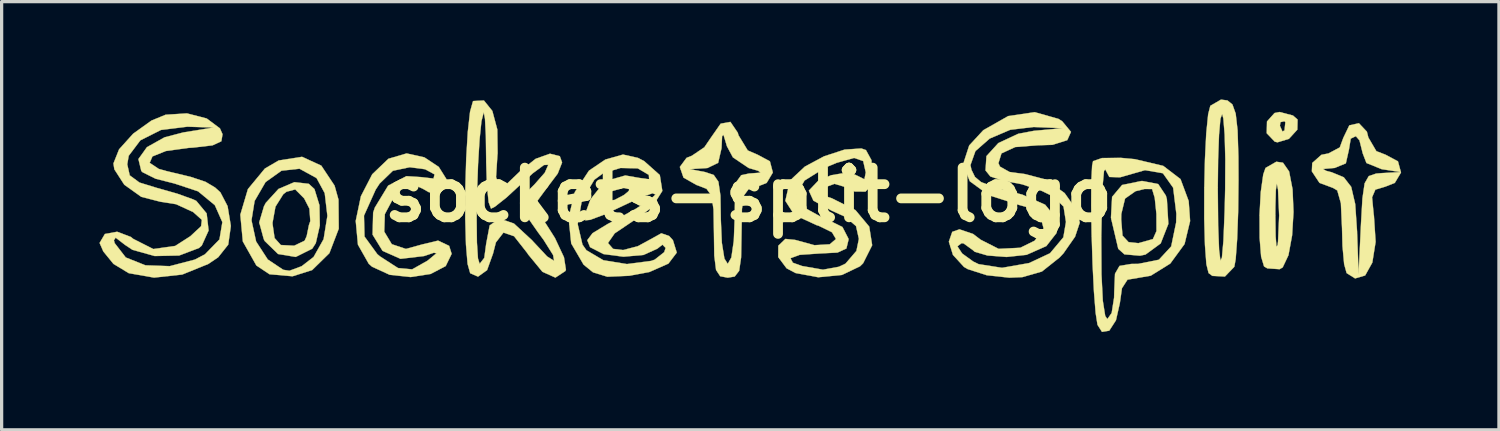
<source format=kicad_pcb>
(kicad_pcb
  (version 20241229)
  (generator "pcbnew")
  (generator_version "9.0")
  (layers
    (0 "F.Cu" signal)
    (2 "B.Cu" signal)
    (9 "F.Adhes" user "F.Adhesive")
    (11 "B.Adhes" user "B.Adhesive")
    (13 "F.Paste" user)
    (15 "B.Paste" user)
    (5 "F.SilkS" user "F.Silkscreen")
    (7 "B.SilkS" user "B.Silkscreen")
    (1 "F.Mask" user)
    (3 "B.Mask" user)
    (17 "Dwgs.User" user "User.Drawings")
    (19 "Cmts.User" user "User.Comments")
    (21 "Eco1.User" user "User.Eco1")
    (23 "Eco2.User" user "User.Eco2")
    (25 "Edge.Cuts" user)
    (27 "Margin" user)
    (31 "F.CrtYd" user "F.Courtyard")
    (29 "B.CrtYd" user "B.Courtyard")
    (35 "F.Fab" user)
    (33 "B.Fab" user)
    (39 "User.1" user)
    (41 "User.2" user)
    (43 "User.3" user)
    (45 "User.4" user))
  (footprint "sockets-split-logo"
    (layer "F.Cu")
    (at 19.902 2.925)
    (property "Reference" "sockets-split-logo" (at 0 0 0) (layer "F.SilkS") (effects (font (size 1.524 1.524) (thickness 0.3))))
    (attr through_hole)
    (fp_poly (pts (xy 16.698 -2.433) (xy 16.84 -2.308) (xy 16.832 -1.999) (xy 16.574 -1.717) (xy 16.224 -1.611) (xy 16.14 -1.631) (xy 15.893 -1.89) (xy 15.899 -2.117) (xy 16.298 -2.117) (xy 16.376 -1.942) (xy 16.439 -1.976) (xy 16.465 -2.227) (xy 16.439 -2.258) (xy 16.314 -2.229) (xy 16.298 -2.117) (xy 15.899 -2.117) (xy 15.902 -2.25) (xy 16.133 -2.509) (xy 16.286 -2.54) (xy 16.698 -2.433)) (stroke (width 0.01) (type solid)) (fill yes) (layer "F.SilkS"))
    (fp_poly (pts (xy 12.565 -0.331) (xy 12.801 0.024) (xy 12.832 0.136) (xy 12.877 0.891) (xy 12.642 1.49) (xy 12.176 1.831) (xy 12.007 1.866) (xy 11.53 1.825) (xy 11.341 1.655) (xy 11.129 0.755) (xy 11.43 0.755) (xy 11.471 1.25) (xy 11.656 1.45) (xy 11.959 1.482) (xy 12.403 1.357) (xy 12.513 1.111) (xy 12.511 0.586) (xy 12.459 0.09) (xy 12.378 -0.178) (xy 12.148 -0.18) (xy 11.869 -0.111) (xy 11.549 0.114) (xy 11.434 0.588) (xy 11.43 0.755) (xy 11.129 0.755) (xy 11.117 0.703) (xy 11.152 0.062) (xy 11.458 -0.302) (xy 12.047 -0.423) (xy 12.087 -0.423) (xy 12.565 -0.331)) (stroke (width 0.01) (type solid)) (fill yes) (layer "F.SilkS"))
    (fp_poly (pts (xy 16.392 -0.986) (xy 16.58 -0.717) (xy 16.686 -0.17) (xy 16.715 0.526) (xy 16.672 1.242) (xy 16.56 1.851) (xy 16.383 2.225) (xy 16.288 2.28) (xy 15.912 2.254) (xy 15.812 2.195) (xy 15.722 1.895) (xy 15.676 1.319) (xy 15.674 0.635) (xy 16.158 0.635) (xy 16.167 1.271) (xy 16.192 1.588) (xy 16.227 1.541) (xy 16.241 1.429) (xy 16.275 0.634) (xy 16.241 -0.159) (xy 16.203 -0.345) (xy 16.174 -0.152) (xy 16.159 0.376) (xy 16.158 0.635) (xy 15.674 0.635) (xy 15.673 0.611) (xy 15.711 -0.086) (xy 15.787 -0.625) (xy 15.857 -0.825) (xy 16.188 -1.015) (xy 16.392 -0.986)) (stroke (width 0.01) (type solid)) (fill yes) (layer "F.SilkS"))
    (fp_poly (pts (xy -13.484 -0.338) (xy -13.309 -0.177) (xy -13.156 0.318) (xy -13.145 0.942) (xy -13.268 1.481) (xy -13.377 1.651) (xy -13.884 1.904) (xy -14.424 1.815) (xy -14.835 1.415) (xy -14.864 1.356) (xy -14.996 0.871) (xy -14.597 0.871) (xy -14.531 1.326) (xy -14.34 1.539) (xy -13.931 1.56) (xy -13.61 1.406) (xy -13.547 1.265) (xy -13.478 0.926) (xy -13.436 0.805) (xy -13.463 0.424) (xy -13.625 0.108) (xy -13.898 -0.166) (xy -14.167 -0.095) (xy -14.265 -0.019) (xy -14.505 0.363) (xy -14.597 0.871) (xy -14.996 0.871) (xy -15.003 0.846) (xy -14.857 0.352) (xy -14.8 0.245) (xy -14.411 -0.181) (xy -13.924 -0.389) (xy -13.484 -0.338)) (stroke (width 0.01) (type solid)) (fill yes) (layer "F.SilkS"))
    (fp_poly (pts (xy -13.1 -0.896) (xy -12.692 -0.282) (xy -12.572 0.147) (xy -12.564 1.039) (xy -12.851 1.789) (xy -13.38 2.307) (xy -13.981 2.497) (xy -14.687 2.435) (xy -15.09 2.166) (xy -15.505 1.43) (xy -15.566 0.781) (xy -15.24 0.781) (xy -15.098 1.432) (xy -14.74 1.983) (xy -14.267 2.298) (xy -14.076 2.328) (xy -13.7 2.188) (xy -13.335 1.905) (xy -13.028 1.359) (xy -12.912 0.645) (xy -12.994 -0.052) (xy -13.244 -0.514) (xy -13.768 -0.801) (xy -14.32 -0.74) (xy -14.809 -0.391) (xy -15.144 0.187) (xy -15.24 0.781) (xy -15.566 0.781) (xy -15.582 0.609) (xy -15.349 -0.176) (xy -14.829 -0.806) (xy -14.405 -1.054) (xy -13.69 -1.166) (xy -13.1 -0.896)) (stroke (width 0.01) (type solid)) (fill yes) (layer "F.SilkS"))
    (fp_poly (pts (xy 14.689 -2.895) (xy 14.842 -2.771) (xy 14.942 -2.49) (xy 15 -1.979) (xy 15.025 -1.165) (xy 15.028 -0.447) (xy 15.017 0.53) (xy 14.986 1.369) (xy 14.942 1.969) (xy 14.9 2.205) (xy 14.612 2.505) (xy 14.226 2.485) (xy 14.111 2.399) (xy 14.043 2.125) (xy 13.999 1.534) (xy 13.977 0.732) (xy 13.978 -0.175) (xy 13.979 -0.212) (xy 14.393 -0.212) (xy 14.404 0.949) (xy 14.433 1.692) (xy 14.474 2.018) (xy 14.52 1.924) (xy 14.566 1.41) (xy 14.604 0.475) (xy 14.619 -0.171) (xy 14.624 -1.09) (xy 14.604 -1.844) (xy 14.564 -2.338) (xy 14.527 -2.477) (xy 14.474 -2.335) (xy 14.431 -1.846) (xy 14.403 -1.091) (xy 14.393 -0.212) (xy 13.979 -0.212) (xy 13.999 -1.082) (xy 14.039 -1.883) (xy 14.098 -2.472) (xy 14.164 -2.73) (xy 14.491 -2.92) (xy 14.689 -2.895)) (stroke (width 0.01) (type solid)) (fill yes) (layer "F.SilkS"))
    (fp_poly (pts (xy 11.849 -1.094) (xy 12.72 -0.888) (xy 13.25 -0.483) (xy 13.5 0.189) (xy 13.544 0.803) (xy 13.374 1.508) (xy 12.935 2.108) (xy 12.338 2.479) (xy 11.982 2.54) (xy 11.624 2.601) (xy 11.454 2.864) (xy 11.39 3.317) (xy 11.27 3.847) (xy 11.064 4.166) (xy 10.842 4.202) (xy 10.704 3.986) (xy 10.647 3.62) (xy 10.595 2.965) (xy 10.553 2.127) (xy 10.528 1.323) (xy 10.82 1.323) (xy 10.826 2.437) (xy 10.867 3.249) (xy 10.941 3.715) (xy 11.007 3.81) (xy 11.139 3.622) (xy 11.213 3.153) (xy 11.218 2.963) (xy 11.241 2.421) (xy 11.379 2.18) (xy 11.739 2.119) (xy 11.952 2.117) (xy 12.587 1.99) (xy 12.964 1.582) (xy 13.116 0.847) (xy 13.123 0.584) (xy 13.024 -0.219) (xy 12.71 -0.662) (xy 12.161 -0.757) (xy 11.396 -0.538) (xy 11.067 -0.548) (xy 10.944 -0.778) (xy 10.904 -0.735) (xy 10.867 -0.334) (xy 10.838 0.356) (xy 10.82 1.272) (xy 10.82 1.323) (xy 10.528 1.323) (xy 10.524 1.216) (xy 10.51 0.336) (xy 10.514 -0.403) (xy 10.539 -0.896) (xy 10.568 -1.033) (xy 10.842 -1.128) (xy 11.42 -1.134) (xy 11.849 -1.094)) (stroke (width 0.01) (type solid)) (fill yes) (layer "F.SilkS"))
    (fp_poly (pts (xy -9.939 -1.15) (xy -9.497 -0.857) (xy -9.267 -0.491) (xy -9.308 -0.212) (xy -9.515 -0.009) (xy -9.81 -0.085) (xy -9.982 -0.185) (xy -10.353 -0.355) (xy -10.629 -0.235) (xy -10.835 -0.003) (xy -11.151 0.592) (xy -11.169 1.128) (xy -10.937 1.514) (xy -10.504 1.659) (xy -10.009 1.522) (xy -9.518 1.404) (xy -9.179 1.564) (xy -9.102 1.809) (xy -9.284 2.184) (xy -9.746 2.426) (xy -10.361 2.521) (xy -11.002 2.452) (xy -11.542 2.204) (xy -11.642 2.117) (xy -11.975 1.529) (xy -12.043 0.799) (xy -12.009 0.637) (xy -11.79 0.637) (xy -11.774 1.279) (xy -11.381 1.819) (xy -11.296 1.89) (xy -10.746 2.245) (xy -10.313 2.285) (xy -9.845 2.021) (xy -9.83 2.01) (xy -9.566 1.791) (xy -9.648 1.776) (xy -9.948 1.877) (xy -10.669 1.962) (xy -11.22 1.718) (xy -11.526 1.221) (xy -11.509 0.547) (xy -11.457 0.39) (xy -11.048 -0.283) (xy -10.488 -0.573) (xy -10.039 -0.544) (xy -9.657 -0.5) (xy -9.626 -0.627) (xy -9.916 -0.785) (xy -10.387 -0.847) (xy -10.905 -0.738) (xy -11.311 -0.345) (xy -11.432 -0.159) (xy -11.79 0.637) (xy -12.009 0.637) (xy -11.884 0.042) (xy -11.537 -0.631) (xy -11.041 -1.106) (xy -10.482 -1.27) (xy -9.939 -1.15)) (stroke (width 0.01) (type solid)) (fill yes) (layer "F.SilkS"))
    (fp_poly (pts (xy 18.965 -1.937) (xy 19.01 -1.759) (xy 19.255 -1.34) (xy 19.539 -1.23) (xy 19.918 -1.028) (xy 20.011 -0.684) (xy 19.821 -0.366) (xy 19.526 -0.25) (xy 19.225 -0.16) (xy 19.124 0.077) (xy 19.173 0.589) (xy 19.181 0.64) (xy 19.233 1.443) (xy 19.132 2.077) (xy 18.912 2.472) (xy 18.604 2.563) (xy 18.344 2.399) (xy 18.268 2.126) (xy 18.217 1.566) (xy 18.203 1.023) (xy 18.168 0.257) (xy 18.057 -0.135) (xy 17.928 -0.212) (xy 17.512 -0.367) (xy 17.278 -0.72) (xy 17.281 -0.794) (xy 17.621 -0.794) (xy 17.711 -0.738) (xy 17.886 -0.692) (xy 18.256 -0.539) (xy 18.484 -0.245) (xy 18.607 0.283) (xy 18.665 1.137) (xy 18.665 1.164) (xy 18.711 2.434) (xy 18.784 0.9) (xy 18.829 0.108) (xy 18.896 -0.352) (xy 19.023 -0.575) (xy 19.248 -0.652) (xy 19.43 -0.667) (xy 20.003 -0.698) (xy 19.42 -0.787) (xy 18.952 -0.976) (xy 18.838 -1.272) (xy 18.738 -1.671) (xy 18.627 -1.799) (xy 18.47 -1.724) (xy 18.415 -1.388) (xy 18.32 -0.966) (xy 17.973 -0.824) (xy 17.939 -0.822) (xy 17.621 -0.794) (xy 17.281 -0.794) (xy 17.29 -0.978) (xy 17.57 -1.227) (xy 17.788 -1.27) (xy 18.134 -1.454) (xy 18.242 -1.746) (xy 18.427 -2.131) (xy 18.721 -2.196) (xy 18.965 -1.937)) (stroke (width 0.01) (type solid)) (fill yes) (layer "F.SilkS"))
    (fp_poly (pts (xy -0.327 -1.904) (xy -0.305 -1.826) (xy -0.022 -1.362) (xy 0.284 -1.229) (xy 0.658 -1.028) (xy 0.748 -0.684) (xy 0.558 -0.366) (xy 0.265 -0.25) (xy 0.006 -0.177) (xy -0.137 0.017) (xy -0.199 0.432) (xy -0.212 1.169) (xy -0.212 1.179) (xy -0.225 1.919) (xy -0.285 2.329) (xy -0.421 2.505) (xy -0.635 2.54) (xy -0.866 2.496) (xy -0.993 2.303) (xy -1.048 1.865) (xy -1.058 1.187) (xy -1.071 0.449) (xy -1.133 0.027) (xy -1.284 -0.184) (xy -1.56 -0.292) (xy -1.587 -0.299) (xy -1.992 -0.529) (xy -2.081 -0.789) (xy -1.799 -0.789) (xy -1.323 -0.697) (xy -1.064 -0.609) (xy -0.921 -0.403) (xy -0.859 0.024) (xy -0.847 0.756) (xy -0.816 1.469) (xy -0.737 1.956) (xy -0.635 2.117) (xy -0.524 1.922) (xy -0.449 1.407) (xy -0.423 0.741) (xy -0.412 -0.001) (xy -0.356 -0.417) (xy -0.221 -0.603) (xy 0.023 -0.655) (xy 0.053 -0.656) (xy 0.37 -0.68) (xy 0.299 -0.738) (xy 0.008 -0.823) (xy -0.476 -1.149) (xy -0.659 -1.489) (xy -0.765 -1.841) (xy -0.808 -1.799) (xy -0.826 -1.429) (xy -0.929 -0.982) (xy -1.257 -0.823) (xy -1.323 -0.818) (xy -1.799 -0.789) (xy -2.081 -0.789) (xy -2.104 -0.855) (xy -1.898 -1.134) (xy -1.738 -1.197) (xy -1.352 -1.458) (xy -1.156 -1.746) (xy -0.852 -2.182) (xy -0.553 -2.237) (xy -0.327 -1.904)) (stroke (width 0.01) (type solid)) (fill yes) (layer "F.SilkS"))
    (fp_poly (pts (xy 3.603 -1.373) (xy 3.773 -1.063) (xy 3.796 -0.59) (xy 3.675 -0.188) (xy 3.589 -0.1) (xy 3.261 -0.101) (xy 3.071 -0.21) (xy 2.637 -0.338) (xy 2.411 -0.254) (xy 2.193 -0.09) (xy 2.333 0.031) (xy 2.558 0.106) (xy 3.281 0.468) (xy 3.704 0.975) (xy 3.794 1.545) (xy 3.517 2.097) (xy 3.423 2.19) (xy 2.868 2.456) (xy 2.14 2.527) (xy 1.445 2.398) (xy 1.17 2.253) (xy 0.94 1.944) (xy 1.288 1.944) (xy 1.362 2.082) (xy 1.64 2.182) (xy 2.286 2.295) (xy 2.773 2.206) (xy 2.977 2.109) (xy 3.311 1.72) (xy 3.387 1.351) (xy 3.299 0.958) (xy 2.967 0.672) (xy 2.556 0.487) (xy 1.993 0.179) (xy 1.852 -0.129) (xy 2.132 -0.424) (xy 2.534 -0.601) (xy 3.097 -0.698) (xy 3.363 -0.574) (xy 3.556 -0.477) (xy 3.598 -0.686) (xy 3.519 -1.036) (xy 3.241 -1.132) (xy 2.701 -0.981) (xy 2.357 -0.836) (xy 1.719 -0.438) (xy 1.487 -0.025) (xy 1.663 0.364) (xy 2.248 0.687) (xy 2.328 0.714) (xy 2.882 0.986) (xy 3.068 1.347) (xy 3.069 1.376) (xy 3.003 1.646) (xy 2.731 1.77) (xy 2.169 1.799) (xy 1.57 1.84) (xy 1.288 1.944) (xy 0.94 1.944) (xy 0.914 1.91) (xy 0.916 1.561) (xy 1.132 1.352) (xy 1.431 1.382) (xy 2.023 1.544) (xy 2.492 1.517) (xy 2.684 1.355) (xy 2.562 1.148) (xy 2.155 0.949) (xy 2.093 0.931) (xy 1.409 0.616) (xy 1.131 0.183) (xy 1.259 -0.369) (xy 1.337 -0.499) (xy 1.73 -0.866) (xy 2.32 -1.182) (xy 2.949 -1.387) (xy 3.462 -1.422) (xy 3.603 -1.373)) (stroke (width 0.01) (type solid)) (fill yes) (layer "F.SilkS"))
    (fp_poly (pts (xy -3.388 -1.133) (xy -3.199 -1.035) (xy -2.718 -0.607) (xy -2.641 -0.12) (xy -2.959 0.386) (xy -3.547 0.807) (xy -4.102 1.181) (xy -4.308 1.477) (xy -4.151 1.657) (xy -3.845 1.693) (xy -3.394 1.576) (xy -3.033 1.38) (xy -2.672 1.179) (xy -2.433 1.262) (xy -2.316 1.39) (xy -2.198 1.771) (xy -2.455 2.109) (xy -3.04 2.367) (xy -3.658 2.482) (xy -4.326 2.511) (xy -4.765 2.377) (xy -5.055 2.141) (xy -5.435 1.49) (xy -5.496 0.899) (xy -5.237 0.899) (xy -5.09 1.527) (xy -4.969 1.699) (xy -4.449 2.006) (xy -3.726 2.123) (xy -2.984 2.026) (xy -2.875 1.988) (xy -2.584 1.759) (xy -2.54 1.628) (xy -2.637 1.528) (xy -2.794 1.651) (xy -3.218 1.843) (xy -3.833 1.897) (xy -4.443 1.817) (xy -4.851 1.608) (xy -4.859 1.599) (xy -4.943 1.391) (xy -4.781 1.176) (xy -4.31 0.89) (xy -4.053 0.757) (xy -3.442 0.421) (xy -2.996 0.126) (xy -2.851 -0.01) (xy -2.941 -0.048) (xy -3.319 0.086) (xy -3.81 0.317) (xy -4.414 0.602) (xy -4.851 0.766) (xy -5.003 0.782) (xy -4.993 0.546) (xy -4.862 0.187) (xy -4.356 0.187) (xy -4.104 0.156) (xy -3.81 0) (xy -3.612 -0.164) (xy -3.802 -0.208) (xy -3.85 -0.208) (xy -4.233 -0.101) (xy -4.339 0) (xy -4.356 0.187) (xy -4.862 0.187) (xy -4.844 0.137) (xy -4.402 -0.416) (xy -3.776 -0.594) (xy -3.36 -0.521) (xy -3.046 -0.476) (xy -3.055 -0.612) (xy -3.396 -0.813) (xy -3.924 -0.824) (xy -4.456 -0.662) (xy -4.727 -0.462) (xy -5.11 0.183) (xy -5.237 0.899) (xy -5.496 0.899) (xy -5.516 0.704) (xy -5.325 -0.085) (xy -4.89 -0.742) (xy -4.388 -1.082) (xy -3.847 -1.235) (xy -3.388 -1.133)) (stroke (width 0.01) (type solid)) (fill yes) (layer "F.SilkS"))
    (fp_poly (pts (xy -7.854 -2.573) (xy -7.702 -2.005) (xy -7.692 -1.276) (xy -7.698 -1.217) (xy -7.74 -0.546) (xy -7.649 -0.264) (xy -7.392 -0.352) (xy -6.985 -0.741) (xy -6.525 -1.105) (xy -6.087 -1.261) (xy -5.785 -1.186) (xy -5.715 -0.992) (xy -5.849 -0.652) (xy -6.172 -0.224) (xy -6.173 -0.224) (xy -6.47 0.18) (xy -6.458 0.492) (xy -6.387 0.61) (xy -5.935 1.322) (xy -5.657 1.915) (xy -5.597 2.295) (xy -5.613 2.335) (xy -5.92 2.538) (xy -6.317 2.36) (xy -6.758 1.824) (xy -6.779 1.789) (xy -7.188 1.268) (xy -7.513 1.158) (xy -7.745 1.459) (xy -7.832 1.799) (xy -8.016 2.309) (xy -8.293 2.508) (xy -8.533 2.403) (xy -8.613 2.118) (xy -8.663 1.521) (xy -8.684 0.743) (xy -8.335 0.743) (xy -8.327 1.457) (xy -8.295 1.95) (xy -8.243 2.117) (xy -8.101 1.933) (xy -8.043 1.504) (xy -7.935 0.937) (xy -7.638 0.728) (xy -7.191 0.88) (xy -6.634 1.395) (xy -6.618 1.414) (xy -6.174 1.889) (xy -5.96 2.024) (xy -5.99 1.846) (xy -6.282 1.381) (xy -6.456 1.145) (xy -6.84 0.595) (xy -6.952 0.229) (xy -6.801 -0.08) (xy -6.562 -0.318) (xy -6.245 -0.679) (xy -6.138 -0.922) (xy -6.271 -0.915) (xy -6.614 -0.661) (xy -6.941 -0.36) (xy -7.418 0.08) (xy -7.776 0.364) (xy -7.894 0.423) (xy -7.967 0.229) (xy -8.02 -0.282) (xy -8.043 -1.005) (xy -8.043 -1.094) (xy -8.053 -1.818) (xy -8.079 -2.328) (xy -8.115 -2.525) (xy -8.12 -2.522) (xy -8.188 -2.257) (xy -8.246 -1.693) (xy -8.292 -0.936) (xy -8.322 -0.089) (xy -8.335 0.743) (xy -8.684 0.743) (xy -8.685 0.714) (xy -8.682 -0.199) (xy -8.655 -1.116) (xy -8.606 -1.934) (xy -8.537 -2.55) (xy -8.45 -2.863) (xy -8.435 -2.877) (xy -8.112 -2.893) (xy -7.854 -2.573)) (stroke (width 0.01) (type solid)) (fill yes) (layer "F.SilkS"))
    (fp_poly (pts (xy -16.614 -2.342) (xy -16.208 -2.039) (xy -16.128 -1.859) (xy -16.164 -1.643) (xy -16.434 -1.518) (xy -17.025 -1.449) (xy -17.168 -1.44) (xy -17.867 -1.344) (xy -18.278 -1.178) (xy -18.362 -0.981) (xy -18.083 -0.795) (xy -17.848 -0.729) (xy -17.105 -0.551) (xy -16.651 -0.4) (xy -16.357 -0.225) (xy -16.194 -0.077) (xy -15.973 0.347) (xy -15.875 0.939) (xy -15.875 0.971) (xy -15.953 1.526) (xy -16.261 1.914) (xy -16.563 2.119) (xy -17.364 2.444) (xy -18.227 2.538) (xy -19.003 2.402) (xy -19.473 2.117) (xy -19.784 1.735) (xy -19.897 1.475) (xy -19.848 1.392) (xy -19.459 1.392) (xy -19.435 1.482) (xy -19.095 1.921) (xy -18.493 2.161) (xy -17.747 2.187) (xy -16.977 1.986) (xy -16.668 1.825) (xy -16.222 1.368) (xy -16.133 0.837) (xy -16.364 0.316) (xy -16.878 -0.108) (xy -17.6 -0.347) (xy -18.179 -0.494) (xy -18.578 -0.692) (xy -18.619 -0.732) (xy -18.707 -1.097) (xy -18.446 -1.462) (xy -17.905 -1.764) (xy -17.334 -1.913) (xy -16.404 -2.064) (xy -17.205 -2.09) (xy -18.016 -1.99) (xy -18.648 -1.672) (xy -19.005 -1.198) (xy -19.05 -0.936) (xy -18.974 -0.597) (xy -18.675 -0.377) (xy -18.15 -0.215) (xy -17.517 -0.036) (xy -17.028 0.14) (xy -16.933 0.185) (xy -16.615 0.569) (xy -16.555 1.093) (xy -16.765 1.556) (xy -16.848 1.629) (xy -17.457 1.86) (xy -18.208 1.876) (xy -18.889 1.686) (xy -19.117 1.535) (xy -19.405 1.313) (xy -19.459 1.392) (xy -19.848 1.392) (xy -19.735 1.2) (xy -19.36 1.132) (xy -18.938 1.292) (xy -18.867 1.35) (xy -18.251 1.662) (xy -17.579 1.567) (xy -17.116 1.27) (xy -16.785 0.962) (xy -16.762 0.767) (xy -17.027 0.529) (xy -17.553 0.287) (xy -18.032 0.212) (xy -18.62 0.061) (xy -19.14 -0.31) (xy -19.445 -0.782) (xy -19.473 -0.962) (xy -19.3 -1.396) (xy -18.868 -1.875) (xy -18.308 -2.277) (xy -17.874 -2.456) (xy -17.219 -2.498) (xy -16.614 -2.342)) (stroke (width 0.01) (type solid)) (fill yes) (layer "F.SilkS"))
    (fp_poly (pts (xy 9.508 -2.329) (xy 9.623 -2.255) (xy 9.891 -1.931) (xy 9.777 -1.677) (xy 9.325 -1.534) (xy 8.871 -1.519) (xy 8.183 -1.466) (xy 7.759 -1.271) (xy 7.666 -0.971) (xy 7.714 -0.865) (xy 8.009 -0.7) (xy 8.489 -0.635) (xy 9.12 -0.469) (xy 9.696 -0.054) (xy 10.079 0.49) (xy 10.16 0.853) (xy 10.016 1.284) (xy 9.659 1.795) (xy 9.541 1.921) (xy 9 2.351) (xy 8.402 2.523) (xy 8.001 2.54) (xy 7.308 2.465) (xy 6.723 2.277) (xy 6.609 2.21) (xy 6.271 1.841) (xy 6.19 1.578) (xy 6.408 1.578) (xy 6.555 1.8) (xy 6.895 2.046) (xy 7.06 2.126) (xy 7.777 2.238) (xy 8.608 2.092) (xy 9.249 1.791) (xy 9.657 1.303) (xy 9.737 0.831) (xy 9.663 0.361) (xy 9.365 0.059) (xy 9.003 -0.117) (xy 8.393 -0.323) (xy 7.877 -0.422) (xy 7.832 -0.423) (xy 7.42 -0.563) (xy 7.27 -0.749) (xy 7.299 -1.188) (xy 7.663 -1.587) (xy 8.273 -1.872) (xy 8.754 -1.963) (xy 9.631 -2.043) (xy 8.743 -2.08) (xy 8.028 -1.995) (xy 7.4 -1.727) (xy 6.961 -1.343) (xy 6.808 -0.913) (xy 6.839 -0.769) (xy 6.947 -0.549) (xy 7.134 -0.392) (xy 7.501 -0.249) (xy 8.149 -0.071) (xy 8.401 -0.006) (xy 9.099 0.303) (xy 9.441 0.722) (xy 9.446 1.172) (xy 9.135 1.571) (xy 8.529 1.839) (xy 7.917 1.905) (xy 7.33 1.86) (xy 6.94 1.746) (xy 6.879 1.693) (xy 6.599 1.49) (xy 6.537 1.482) (xy 6.408 1.578) (xy 6.19 1.578) (xy 6.146 1.437) (xy 6.25 1.135) (xy 6.471 1.058) (xy 6.888 1.199) (xy 7.121 1.376) (xy 7.673 1.657) (xy 8.336 1.623) (xy 8.778 1.406) (xy 9.051 1.029) (xy 8.951 0.652) (xy 8.518 0.37) (xy 8.317 0.315) (xy 7.372 0.011) (xy 6.788 -0.417) (xy 6.582 -0.937) (xy 6.77 -1.514) (xy 7.202 -1.982) (xy 7.965 -2.415) (xy 8.779 -2.535) (xy 9.508 -2.329)) (stroke (width 0.01) (type solid)) (fill yes) (layer "F.SilkS")))
  (gr_rect
    (start -3 -3)
    (end 42.917 10.132)
    (stroke (width 0.1) (type default))
    (fill no)
    (layer "Edge.Cuts")))
</source>
